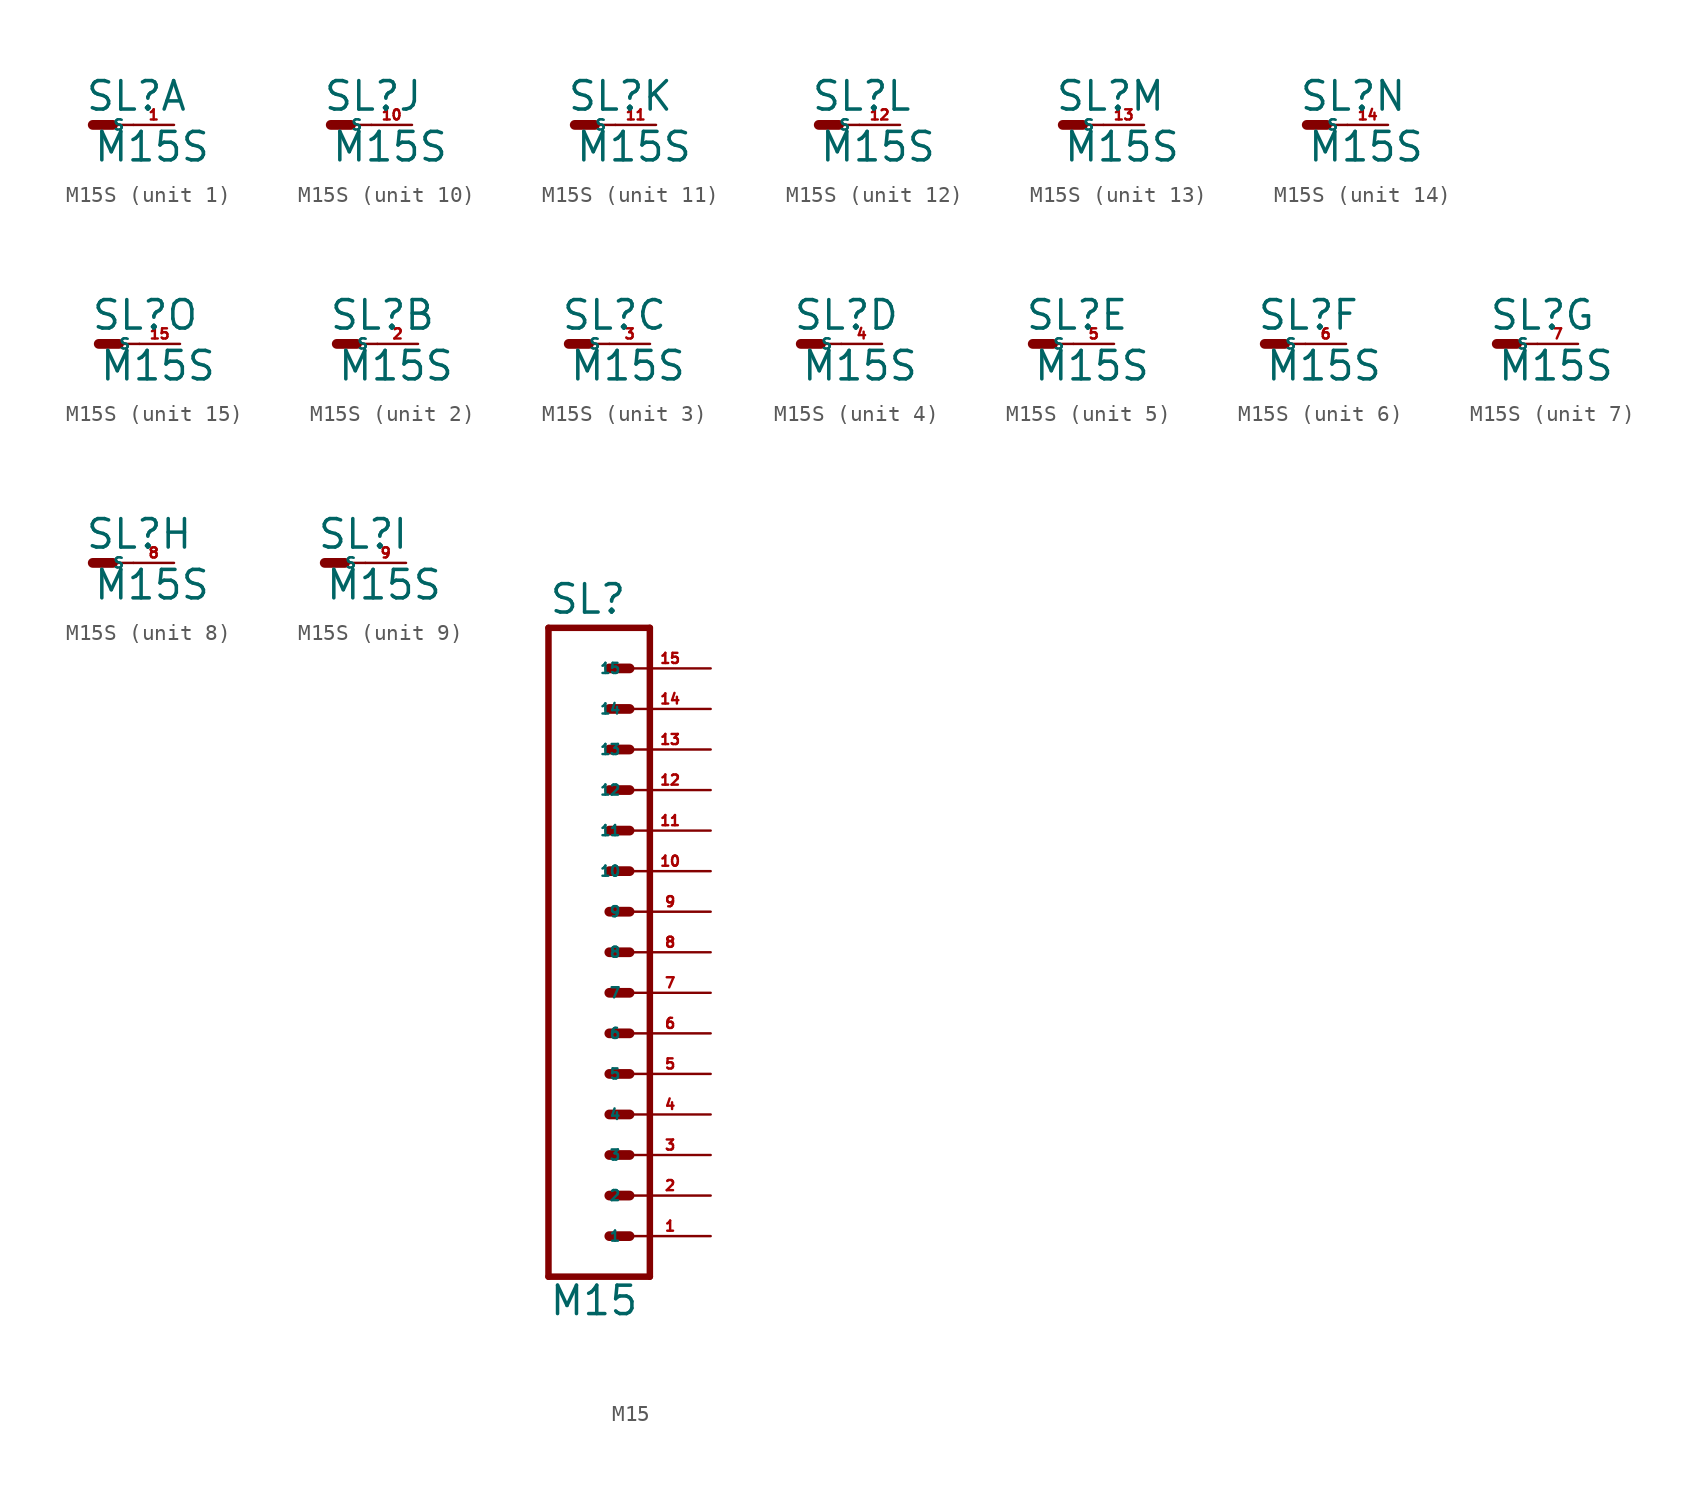
<source format=kicad_sym>
(kicad_symbol_lib
  (version 20220914)
  (generator Eagle2Kicad)
  (symbol "M15S"
    (property "Reference" "SL"
      (at -0.508 0.762 0)
      (effects (font (size 1.778 1.778) (thickness 0.22)) (justify left bottom)))
    (property "Value" "M15S"
      (at 0 -2.413 0)
      (effects (font (size 1.778 1.778) (thickness 0.22)) (justify left bottom)))
    (symbol "M15S_1_0"
      (polyline (pts (xy 0 0) (xy 1.27 0)) (stroke (width 0.61) (type default)) (fill (type none)))
      (polyline (pts (xy 1.27 0) (xy 2.54 0)) (stroke (width 0.152) (type default)) (fill (type none)))
      (pin passive line (at 5.08 0 180) (length 2.54) (name "S" (effects (font (size 0.635 0.635) (thickness 0.08)) (justify left bottom))) (number "1" (effects (font (size 0.635 0.635) (thickness 0.08)) (justify left bottom)))))
    (symbol "M15S_2_0"
      (polyline (pts (xy 0 0) (xy 1.27 0)) (stroke (width 0.61) (type default)) (fill (type none)))
      (polyline (pts (xy 1.27 0) (xy 2.54 0)) (stroke (width 0.152) (type default)) (fill (type none)))
      (pin passive line (at 5.08 0 180) (length 2.54) (name "S" (effects (font (size 0.635 0.635) (thickness 0.08)) (justify left bottom))) (number "2" (effects (font (size 0.635 0.635) (thickness 0.08)) (justify left bottom)))))
    (symbol "M15S_3_0"
      (polyline (pts (xy 0 0) (xy 1.27 0)) (stroke (width 0.61) (type default)) (fill (type none)))
      (polyline (pts (xy 1.27 0) (xy 2.54 0)) (stroke (width 0.152) (type default)) (fill (type none)))
      (pin passive line (at 5.08 0 180) (length 2.54) (name "S" (effects (font (size 0.635 0.635) (thickness 0.08)) (justify left bottom))) (number "3" (effects (font (size 0.635 0.635) (thickness 0.08)) (justify left bottom)))))
    (symbol "M15S_4_0"
      (polyline (pts (xy 0 0) (xy 1.27 0)) (stroke (width 0.61) (type default)) (fill (type none)))
      (polyline (pts (xy 1.27 0) (xy 2.54 0)) (stroke (width 0.152) (type default)) (fill (type none)))
      (pin passive line (at 5.08 0 180) (length 2.54) (name "S" (effects (font (size 0.635 0.635) (thickness 0.08)) (justify left bottom))) (number "4" (effects (font (size 0.635 0.635) (thickness 0.08)) (justify left bottom)))))
    (symbol "M15S_5_0"
      (polyline (pts (xy 0 0) (xy 1.27 0)) (stroke (width 0.61) (type default)) (fill (type none)))
      (polyline (pts (xy 1.27 0) (xy 2.54 0)) (stroke (width 0.152) (type default)) (fill (type none)))
      (pin passive line (at 5.08 0 180) (length 2.54) (name "S" (effects (font (size 0.635 0.635) (thickness 0.08)) (justify left bottom))) (number "5" (effects (font (size 0.635 0.635) (thickness 0.08)) (justify left bottom)))))
    (symbol "M15S_6_0"
      (polyline (pts (xy 0 0) (xy 1.27 0)) (stroke (width 0.61) (type default)) (fill (type none)))
      (polyline (pts (xy 1.27 0) (xy 2.54 0)) (stroke (width 0.152) (type default)) (fill (type none)))
      (pin passive line (at 5.08 0 180) (length 2.54) (name "S" (effects (font (size 0.635 0.635) (thickness 0.08)) (justify left bottom))) (number "6" (effects (font (size 0.635 0.635) (thickness 0.08)) (justify left bottom)))))
    (symbol "M15S_7_0"
      (polyline (pts (xy 0 0) (xy 1.27 0)) (stroke (width 0.61) (type default)) (fill (type none)))
      (polyline (pts (xy 1.27 0) (xy 2.54 0)) (stroke (width 0.152) (type default)) (fill (type none)))
      (pin passive line (at 5.08 0 180) (length 2.54) (name "S" (effects (font (size 0.635 0.635) (thickness 0.08)) (justify left bottom))) (number "7" (effects (font (size 0.635 0.635) (thickness 0.08)) (justify left bottom)))))
    (symbol "M15S_8_0"
      (polyline (pts (xy 0 0) (xy 1.27 0)) (stroke (width 0.61) (type default)) (fill (type none)))
      (polyline (pts (xy 1.27 0) (xy 2.54 0)) (stroke (width 0.152) (type default)) (fill (type none)))
      (pin passive line (at 5.08 0 180) (length 2.54) (name "S" (effects (font (size 0.635 0.635) (thickness 0.08)) (justify left bottom))) (number "8" (effects (font (size 0.635 0.635) (thickness 0.08)) (justify left bottom)))))
    (symbol "M15S_9_0"
      (polyline (pts (xy 0 0) (xy 1.27 0)) (stroke (width 0.61) (type default)) (fill (type none)))
      (polyline (pts (xy 1.27 0) (xy 2.54 0)) (stroke (width 0.152) (type default)) (fill (type none)))
      (pin passive line (at 5.08 0 180) (length 2.54) (name "S" (effects (font (size 0.635 0.635) (thickness 0.08)) (justify left bottom))) (number "9" (effects (font (size 0.635 0.635) (thickness 0.08)) (justify left bottom)))))
    (symbol "M15S_10_0"
      (polyline (pts (xy 0 0) (xy 1.27 0)) (stroke (width 0.61) (type default)) (fill (type none)))
      (polyline (pts (xy 1.27 0) (xy 2.54 0)) (stroke (width 0.152) (type default)) (fill (type none)))
      (pin passive line (at 5.08 0 180) (length 2.54) (name "S" (effects (font (size 0.635 0.635) (thickness 0.08)) (justify left bottom))) (number "10" (effects (font (size 0.635 0.635) (thickness 0.08)) (justify left bottom)))))
    (symbol "M15S_11_0"
      (polyline (pts (xy 0 0) (xy 1.27 0)) (stroke (width 0.61) (type default)) (fill (type none)))
      (polyline (pts (xy 1.27 0) (xy 2.54 0)) (stroke (width 0.152) (type default)) (fill (type none)))
      (pin passive line (at 5.08 0 180) (length 2.54) (name "S" (effects (font (size 0.635 0.635) (thickness 0.08)) (justify left bottom))) (number "11" (effects (font (size 0.635 0.635) (thickness 0.08)) (justify left bottom)))))
    (symbol "M15S_12_0"
      (polyline (pts (xy 0 0) (xy 1.27 0)) (stroke (width 0.61) (type default)) (fill (type none)))
      (polyline (pts (xy 1.27 0) (xy 2.54 0)) (stroke (width 0.152) (type default)) (fill (type none)))
      (pin passive line (at 5.08 0 180) (length 2.54) (name "S" (effects (font (size 0.635 0.635) (thickness 0.08)) (justify left bottom))) (number "12" (effects (font (size 0.635 0.635) (thickness 0.08)) (justify left bottom)))))
    (symbol "M15S_13_0"
      (polyline (pts (xy 0 0) (xy 1.27 0)) (stroke (width 0.61) (type default)) (fill (type none)))
      (polyline (pts (xy 1.27 0) (xy 2.54 0)) (stroke (width 0.152) (type default)) (fill (type none)))
      (pin passive line (at 5.08 0 180) (length 2.54) (name "S" (effects (font (size 0.635 0.635) (thickness 0.08)) (justify left bottom))) (number "13" (effects (font (size 0.635 0.635) (thickness 0.08)) (justify left bottom)))))
    (symbol "M15S_14_0"
      (polyline (pts (xy 0 0) (xy 1.27 0)) (stroke (width 0.61) (type default)) (fill (type none)))
      (polyline (pts (xy 1.27 0) (xy 2.54 0)) (stroke (width 0.152) (type default)) (fill (type none)))
      (pin passive line (at 5.08 0 180) (length 2.54) (name "S" (effects (font (size 0.635 0.635) (thickness 0.08)) (justify left bottom))) (number "14" (effects (font (size 0.635 0.635) (thickness 0.08)) (justify left bottom)))))
    (symbol "M15S_15_0"
      (polyline (pts (xy 0 0) (xy 1.27 0)) (stroke (width 0.61) (type default)) (fill (type none)))
      (polyline (pts (xy 1.27 0) (xy 2.54 0)) (stroke (width 0.152) (type default)) (fill (type none)))
      (pin passive line (at 5.08 0 180) (length 2.54) (name "S" (effects (font (size 0.635 0.635) (thickness 0.08)) (justify left bottom))) (number "15" (effects (font (size 0.635 0.635) (thickness 0.08)) (justify left bottom))))))
  (symbol "M15"
    (property "Reference" "SL"
      (at -5.08 21.082 0)
      (effects (font (size 1.778 1.778) (thickness 0.22)) (justify left bottom)))
    (property "Value" "M15"
      (at -5.08 -22.86 0)
      (effects (font (size 1.778 1.778) (thickness 0.22)) (justify left bottom)))
    (polyline
      (pts (xy 1.27 -20.32) (xy -5.08 -20.32))
      (stroke (width 0.406) (type default))
      (fill (type none)))
    (polyline
      (pts (xy -1.27 -12.7) (xy 0 -12.7))
      (stroke (width 0.61) (type default))
      (fill (type none)))
    (polyline
      (pts (xy -1.27 -15.24) (xy 0 -15.24))
      (stroke (width 0.61) (type default))
      (fill (type none)))
    (polyline
      (pts (xy -1.27 -17.78) (xy 0 -17.78))
      (stroke (width 0.61) (type default))
      (fill (type none)))
    (polyline
      (pts (xy -5.08 20.32) (xy -5.08 -20.32))
      (stroke (width 0.406) (type default))
      (fill (type none)))
    (polyline
      (pts (xy 1.27 -20.32) (xy 1.27 20.32))
      (stroke (width 0.406) (type default))
      (fill (type none)))
    (polyline
      (pts (xy -5.08 20.32) (xy 1.27 20.32))
      (stroke (width 0.406) (type default))
      (fill (type none)))
    (polyline
      (pts (xy -1.27 -7.62) (xy 0 -7.62))
      (stroke (width 0.61) (type default))
      (fill (type none)))
    (polyline
      (pts (xy -1.27 -10.16) (xy 0 -10.16))
      (stroke (width 0.61) (type default))
      (fill (type none)))
    (polyline
      (pts (xy -1.27 -5.08) (xy 0 -5.08))
      (stroke (width 0.61) (type default))
      (fill (type none)))
    (polyline
      (pts (xy -1.27 -2.54) (xy 0 -2.54))
      (stroke (width 0.61) (type default))
      (fill (type none)))
    (polyline
      (pts (xy -1.27 0) (xy 0 0))
      (stroke (width 0.61) (type default))
      (fill (type none)))
    (polyline
      (pts (xy -1.27 2.54) (xy 0 2.54))
      (stroke (width 0.61) (type default))
      (fill (type none)))
    (polyline
      (pts (xy -1.27 5.08) (xy 0 5.08))
      (stroke (width 0.61) (type default))
      (fill (type none)))
    (polyline
      (pts (xy -1.27 7.62) (xy 0 7.62))
      (stroke (width 0.61) (type default))
      (fill (type none)))
    (polyline
      (pts (xy -1.27 10.16) (xy 0 10.16))
      (stroke (width 0.61) (type default))
      (fill (type none)))
    (polyline
      (pts (xy -1.27 12.7) (xy 0 12.7))
      (stroke (width 0.61) (type default))
      (fill (type none)))
    (polyline
      (pts (xy -1.27 15.24) (xy 0 15.24))
      (stroke (width 0.61) (type default))
      (fill (type none)))
    (polyline
      (pts (xy -1.27 17.78) (xy 0 17.78))
      (stroke (width 0.61) (type default))
      (fill (type none)))
    (pin passive line
      (at 5.08 -17.78 180)
      (length 5.08)
      (name "1" (effects (font (size 0.635 0.635) (thickness 0.08)) (justify left bottom)))
      (number "1" (effects (font (size 0.635 0.635) (thickness 0.08)) (justify left bottom))))
    (pin passive line
      (at 5.08 -15.24 180)
      (length 5.08)
      (name "2" (effects (font (size 0.635 0.635) (thickness 0.08)) (justify left bottom)))
      (number "2" (effects (font (size 0.635 0.635) (thickness 0.08)) (justify left bottom))))
    (pin passive line
      (at 5.08 -12.7 180)
      (length 5.08)
      (name "3" (effects (font (size 0.635 0.635) (thickness 0.08)) (justify left bottom)))
      (number "3" (effects (font (size 0.635 0.635) (thickness 0.08)) (justify left bottom))))
    (pin passive line
      (at 5.08 -10.16 180)
      (length 5.08)
      (name "4" (effects (font (size 0.635 0.635) (thickness 0.08)) (justify left bottom)))
      (number "4" (effects (font (size 0.635 0.635) (thickness 0.08)) (justify left bottom))))
    (pin passive line
      (at 5.08 -7.62 180)
      (length 5.08)
      (name "5" (effects (font (size 0.635 0.635) (thickness 0.08)) (justify left bottom)))
      (number "5" (effects (font (size 0.635 0.635) (thickness 0.08)) (justify left bottom))))
    (pin passive line
      (at 5.08 -5.08 180)
      (length 5.08)
      (name "6" (effects (font (size 0.635 0.635) (thickness 0.08)) (justify left bottom)))
      (number "6" (effects (font (size 0.635 0.635) (thickness 0.08)) (justify left bottom))))
    (pin passive line
      (at 5.08 -2.54 180)
      (length 5.08)
      (name "7" (effects (font (size 0.635 0.635) (thickness 0.08)) (justify left bottom)))
      (number "7" (effects (font (size 0.635 0.635) (thickness 0.08)) (justify left bottom))))
    (pin passive line
      (at 5.08 0 180)
      (length 5.08)
      (name "8" (effects (font (size 0.635 0.635) (thickness 0.08)) (justify left bottom)))
      (number "8" (effects (font (size 0.635 0.635) (thickness 0.08)) (justify left bottom))))
    (pin passive line
      (at 5.08 2.54 180)
      (length 5.08)
      (name "9" (effects (font (size 0.635 0.635) (thickness 0.08)) (justify left bottom)))
      (number "9" (effects (font (size 0.635 0.635) (thickness 0.08)) (justify left bottom))))
    (pin passive line
      (at 5.08 5.08 180)
      (length 5.08)
      (name "10" (effects (font (size 0.635 0.635) (thickness 0.08)) (justify left bottom)))
      (number "10" (effects (font (size 0.635 0.635) (thickness 0.08)) (justify left bottom))))
    (pin passive line
      (at 5.08 7.62 180)
      (length 5.08)
      (name "11" (effects (font (size 0.635 0.635) (thickness 0.08)) (justify left bottom)))
      (number "11" (effects (font (size 0.635 0.635) (thickness 0.08)) (justify left bottom))))
    (pin passive line
      (at 5.08 10.16 180)
      (length 5.08)
      (name "12" (effects (font (size 0.635 0.635) (thickness 0.08)) (justify left bottom)))
      (number "12" (effects (font (size 0.635 0.635) (thickness 0.08)) (justify left bottom))))
    (pin passive line
      (at 5.08 12.7 180)
      (length 5.08)
      (name "13" (effects (font (size 0.635 0.635) (thickness 0.08)) (justify left bottom)))
      (number "13" (effects (font (size 0.635 0.635) (thickness 0.08)) (justify left bottom))))
    (pin passive line
      (at 5.08 15.24 180)
      (length 5.08)
      (name "14" (effects (font (size 0.635 0.635) (thickness 0.08)) (justify left bottom)))
      (number "14" (effects (font (size 0.635 0.635) (thickness 0.08)) (justify left bottom))))
    (pin passive line
      (at 5.08 17.78 180)
      (length 5.08)
      (name "15" (effects (font (size 0.635 0.635) (thickness 0.08)) (justify left bottom)))
      (number "15" (effects (font (size 0.635 0.635) (thickness 0.08)) (justify left bottom))))))
</source>
